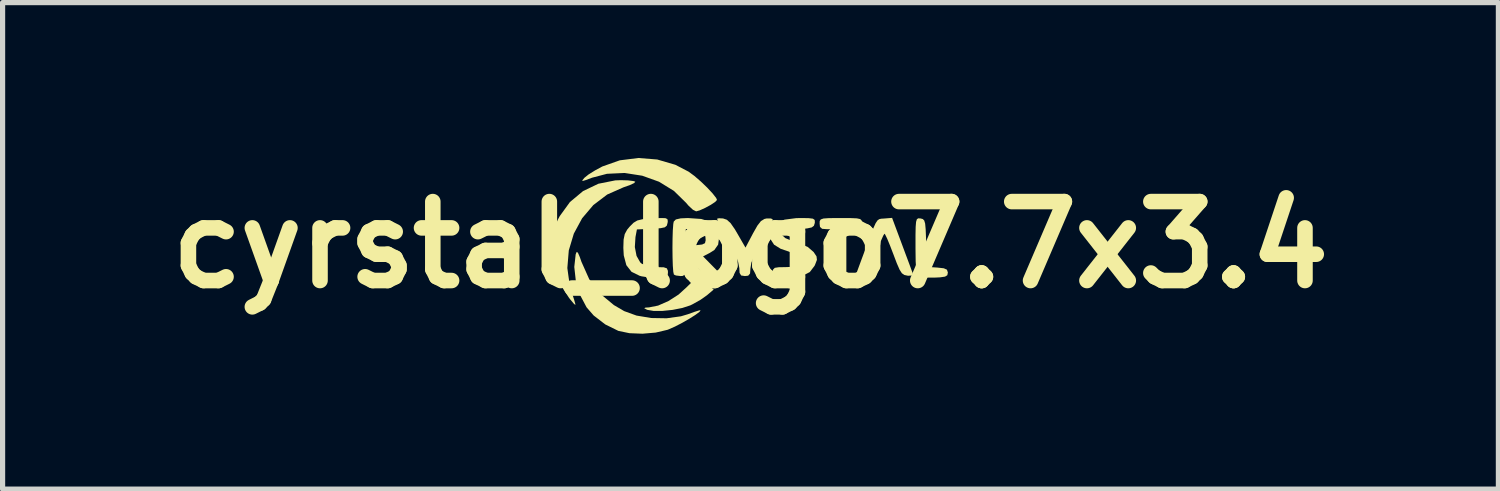
<source format=kicad_pcb>
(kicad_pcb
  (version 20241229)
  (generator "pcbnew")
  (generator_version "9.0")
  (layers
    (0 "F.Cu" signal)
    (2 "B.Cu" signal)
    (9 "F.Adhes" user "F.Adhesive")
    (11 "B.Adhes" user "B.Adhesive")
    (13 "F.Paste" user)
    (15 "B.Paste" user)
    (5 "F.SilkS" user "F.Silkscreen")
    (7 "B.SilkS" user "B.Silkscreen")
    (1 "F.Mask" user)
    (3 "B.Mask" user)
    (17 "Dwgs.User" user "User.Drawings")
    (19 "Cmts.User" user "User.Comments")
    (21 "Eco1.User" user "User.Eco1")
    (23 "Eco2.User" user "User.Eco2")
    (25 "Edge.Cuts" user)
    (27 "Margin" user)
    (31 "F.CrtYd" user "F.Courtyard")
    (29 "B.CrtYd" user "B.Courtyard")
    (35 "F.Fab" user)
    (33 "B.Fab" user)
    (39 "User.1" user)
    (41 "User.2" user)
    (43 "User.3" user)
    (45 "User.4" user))
  (footprint "cyrstal_logo7.7x3.4"
    (layer "F.Cu")
    (at 11.437 1.676)
    (property "Reference" "cyrstal_logo7.7x3.4" (at 0 0 0) (layer "F.SilkS") (effects (font (size 1.524 1.524) (thickness 0.3))))
    (attr board_only exclude_from_pos_files exclude_from_bom)
    (fp_poly (pts (xy -0.937 0.693) (xy -0.818 0.776) (xy -0.71 0.863) (xy -0.839 0.973) (xy -0.962 1.06) (xy -1.113 1.145) (xy -1.162 1.169) (xy -1.316 1.219) (xy -1.504 1.256) (xy -1.699 1.276) (xy -1.871 1.276) (xy -1.993 1.255) (xy -2.002 1.251) (xy -2.051 1.224) (xy -2.028 1.212) (xy -1.959 1.208) (xy -1.783 1.173) (xy -1.583 1.085) (xy -1.389 0.961) (xy -1.236 0.822) (xy -1.123 0.711) (xy -1.032 0.669)) (stroke (width 0) (type solid)) (fill yes) (layer "F.SilkS"))
    (fp_poly (pts (xy 1.933 -0.516) (xy 2.053 -0.511) (xy 2.118 -0.497) (xy 2.146 -0.471) (xy 2.152 -0.427) (xy 2.153 -0.409) (xy 2.141 -0.336) (xy 2.091 -0.306) (xy 2.002 -0.301) (xy 1.851 -0.301) (xy 1.851 0.603) (xy 1.636 0.603) (xy 1.636 -0.301) (xy 1.485 -0.301) (xy 1.383 -0.309) (xy 1.342 -0.346) (xy 1.335 -0.409) (xy 1.337 -0.459) (xy 1.357 -0.49) (xy 1.409 -0.508) (xy 1.509 -0.515) (xy 1.674 -0.517) (xy 1.744 -0.517)) (stroke (width 0) (type solid)) (fill yes) (layer "F.SilkS"))
    (fp_poly (pts (xy 3.79 -0.472) (xy 3.81 -0.387) (xy 3.786 -0.299) (xy 3.713 -0.266) (xy 3.622 -0.282) (xy 3.603 -0.304) (xy 3.713 -0.304) (xy 3.719 -0.301) (xy 3.758 -0.332) (xy 3.767 -0.344) (xy 3.778 -0.385) (xy 3.772 -0.387) (xy 3.733 -0.357) (xy 3.724 -0.344) (xy 3.713 -0.304) (xy 3.603 -0.304) (xy 3.59 -0.32) (xy 3.584 -0.387) (xy 3.616 -0.387) (xy 3.632 -0.352) (xy 3.645 -0.359) (xy 3.65 -0.41) (xy 3.645 -0.416) (xy 3.619 -0.41) (xy 3.616 -0.387) (xy 3.584 -0.387) (xy 3.58 -0.426) (xy 3.632 -0.496) (xy 3.713 -0.509)) (stroke (width 0) (type solid)) (fill yes) (layer "F.SilkS"))
    (fp_poly (pts (xy 3.274 -0.51) (xy 3.283 -0.509) (xy 3.326 -0.498) (xy 3.354 -0.47) (xy 3.372 -0.41) (xy 3.382 -0.301) (xy 3.389 -0.128) (xy 3.392 -0.035) (xy 3.404 0.426) (xy 3.607 0.439) (xy 3.732 0.453) (xy 3.793 0.48) (xy 3.81 0.532) (xy 3.81 0.538) (xy 3.8 0.587) (xy 3.756 0.614) (xy 3.66 0.628) (xy 3.552 0.633) (xy 3.404 0.633) (xy 3.288 0.627) (xy 3.24 0.618) (xy 3.215 0.58) (xy 3.199 0.484) (xy 3.189 0.321) (xy 3.186 0.082) (xy 3.186 0.036) (xy 3.186 -0.191) (xy 3.189 -0.347) (xy 3.197 -0.443) (xy 3.212 -0.493) (xy 3.237 -0.511)) (stroke (width 0) (type solid)) (fill yes) (layer "F.SilkS"))
    (fp_poly (pts (xy -1.8 -1.647) (xy -1.45 -1.545) (xy -1.194 -1.412) (xy -1.084 -1.331) (xy -0.958 -1.222) (xy -0.834 -1.103) (xy -0.73 -0.991) (xy -0.662 -0.904) (xy -0.646 -0.866) (xy -0.681 -0.828) (xy -0.767 -0.771) (xy -0.876 -0.712) (xy -0.98 -0.665) (xy -1.049 -0.646) (xy -1.111 -0.677) (xy -1.197 -0.757) (xy -1.243 -0.811) (xy -1.478 -1.041) (xy -1.766 -1.218) (xy -2.089 -1.334) (xy -2.43 -1.387) (xy -2.77 -1.371) (xy -3.056 -1.296) (xy -3.182 -1.249) (xy -3.241 -1.232) (xy -3.245 -1.246) (xy -3.208 -1.291) (xy -3.204 -1.295) (xy -3.127 -1.357) (xy -2.999 -1.437) (xy -2.86 -1.512) (xy -2.523 -1.631) (xy -2.164 -1.676)) (stroke (width 0) (type solid)) (fill yes) (layer "F.SilkS"))
    (fp_poly (pts (xy -2.363 -1.244) (xy -2.26 -1.231) (xy -2.223 -1.219) (xy -2.245 -1.192) (xy -2.331 -1.152) (xy -2.451 -1.11) (xy -2.765 -0.971) (xy -3.033 -0.768) (xy -3.25 -0.512) (xy -3.41 -0.216) (xy -3.507 0.108) (xy -3.535 0.448) (xy -3.488 0.792) (xy -3.447 0.927) (xy -3.406 1.053) (xy -3.382 1.138) (xy -3.381 1.162) (xy -3.414 1.132) (xy -3.479 1.054) (xy -3.505 1.02) (xy -3.66 0.783) (xy -3.755 0.544) (xy -3.802 0.273) (xy -3.81 0.065) (xy -3.807 -0.131) (xy -3.794 -0.269) (xy -3.766 -0.38) (xy -3.716 -0.491) (xy -3.682 -0.554) (xy -3.484 -0.827) (xy -3.232 -1.037) (xy -2.936 -1.179) (xy -2.609 -1.244) (xy -2.503 -1.248)) (stroke (width 0) (type solid)) (fill yes) (layer "F.SilkS"))
    (fp_poly (pts (xy -0.529 -0.509) (xy -0.456 -0.484) (xy -0.384 -0.419) (xy -0.3 -0.298) (xy -0.255 -0.221) (xy -0.096 0.054) (xy 0.049 -0.221) (xy 0.134 -0.371) (xy 0.202 -0.458) (xy 0.269 -0.499) (xy 0.312 -0.509) (xy 0.398 -0.508) (xy 0.431 -0.489) (xy 0.41 -0.44) (xy 0.356 -0.334) (xy 0.277 -0.189) (xy 0.215 -0.078) (xy 0.088 0.164) (xy 0.017 0.346) (xy 0 0.452) (xy -0.008 0.554) (xy -0.044 0.596) (xy -0.108 0.603) (xy -0.18 0.592) (xy -0.21 0.542) (xy -0.215 0.449) (xy -0.242 0.311) (xy -0.323 0.113) (xy -0.431 -0.094) (xy -0.52 -0.258) (xy -0.591 -0.392) (xy -0.635 -0.479) (xy -0.646 -0.503) (xy -0.609 -0.513)) (stroke (width 0) (type solid)) (fill yes) (layer "F.SilkS"))
    (fp_poly (pts (xy -3.331 0.152) (xy -3.295 0.235) (xy -3.263 0.327) (xy -3.113 0.663) (xy -2.908 0.938) (xy -2.637 1.163) (xy -2.437 1.28) (xy -2.199 1.366) (xy -1.915 1.413) (xy -1.619 1.418) (xy -1.343 1.38) (xy -1.208 1.34) (xy -1.081 1.294) (xy -0.991 1.266) (xy -0.963 1.262) (xy -0.983 1.293) (xy -1.062 1.352) (xy -1.18 1.427) (xy -1.318 1.506) (xy -1.457 1.578) (xy -1.577 1.631) (xy -1.603 1.641) (xy -1.829 1.694) (xy -2.085 1.716) (xy -2.335 1.706) (xy -2.543 1.663) (xy -2.553 1.66) (xy -2.804 1.536) (xy -3.027 1.364) (xy -3.164 1.206) (xy -3.29 0.968) (xy -3.371 0.699) (xy -3.401 0.427) (xy -3.374 0.183) (xy -3.373 0.18) (xy -3.355 0.137)) (stroke (width 0) (type solid)) (fill yes) (layer "F.SilkS"))
    (fp_poly (pts (xy 2.923 -0.013) (xy 2.997 0.186) (xy 3.061 0.357) (xy 3.108 0.485) (xy 3.133 0.551) (xy 3.133 0.552) (xy 3.124 0.592) (xy 3.044 0.597) (xy 3.03 0.595) (xy 2.971 0.582) (xy 2.923 0.549) (xy 2.879 0.48) (xy 2.826 0.359) (xy 2.759 0.183) (xy 2.694 0.014) (xy 2.639 -0.119) (xy 2.6 -0.199) (xy 2.587 -0.215) (xy 2.563 -0.177) (xy 2.518 -0.075) (xy 2.461 0.074) (xy 2.417 0.194) (xy 2.35 0.38) (xy 2.301 0.498) (xy 2.26 0.565) (xy 2.217 0.595) (xy 2.162 0.603) (xy 2.149 0.603) (xy 2.026 0.603) (xy 2.149 0.269) (xy 2.248 0.003) (xy 2.321 -0.193) (xy 2.376 -0.33) (xy 2.417 -0.419) (xy 2.452 -0.471) (xy 2.485 -0.495) (xy 2.523 -0.504) (xy 2.572 -0.507) (xy 2.584 -0.508) (xy 2.734 -0.52)) (stroke (width 0) (type solid)) (fill yes) (layer "F.SilkS"))
    (fp_poly (pts (xy -1.644 -0.515) (xy -1.604 -0.497) (xy -1.596 -0.459) (xy -1.6 -0.425) (xy -1.615 -0.37) (xy -1.653 -0.338) (xy -1.735 -0.321) (xy -1.881 -0.311) (xy -1.903 -0.31) (xy -2.192 -0.297) (xy -2.22 -0.149) (xy -2.232 0.043) (xy -2.199 0.214) (xy -2.128 0.339) (xy -2.098 0.365) (xy -1.996 0.406) (xy -1.852 0.429) (xy -1.799 0.431) (xy -1.674 0.434) (xy -1.614 0.454) (xy -1.594 0.501) (xy -1.593 0.538) (xy -1.6 0.603) (xy -1.637 0.634) (xy -1.725 0.643) (xy -1.797 0.642) (xy -1.955 0.631) (xy -2.102 0.608) (xy -2.139 0.598) (xy -2.296 0.521) (xy -2.396 0.393) (xy -2.446 0.204) (xy -2.454 0.059) (xy -2.449 -0.101) (xy -2.427 -0.207) (xy -2.38 -0.293) (xy -2.33 -0.353) (xy -2.257 -0.426) (xy -2.184 -0.47) (xy -2.084 -0.494) (xy -1.929 -0.507) (xy -1.896 -0.509) (xy -1.736 -0.517)) (stroke (width 0) (type solid)) (fill yes) (layer "F.SilkS"))
    (fp_poly (pts (xy -0.951 -0.499) (xy -0.768 -0.444) (xy -0.655 -0.35) (xy -0.606 -0.212) (xy -0.603 -0.157) (xy -0.624 -0.004) (xy -0.697 0.1) (xy -0.785 0.156) (xy -0.915 0.223) (xy -0.728 0.413) (xy -0.542 0.603) (xy -0.719 0.603) (xy -0.821 0.596) (xy -0.898 0.567) (xy -0.976 0.498) (xy -1.073 0.382) (xy -1.248 0.161) (xy -1.248 0.382) (xy -1.252 0.512) (xy -1.269 0.578) (xy -1.31 0.601) (xy -1.349 0.603) (xy -1.439 0.592) (xy -1.478 0.574) (xy -1.49 0.521) (xy -1.499 0.403) (xy -1.504 0.242) (xy -1.506 0.059) (xy -1.504 -0.123) (xy -1.499 -0.284) (xy -1.497 -0.306) (xy -1.248 -0.306) (xy -1.248 0.022) (xy -1.052 0.007) (xy -0.933 -0.006) (xy -0.878 -0.032) (xy -0.865 -0.088) (xy -0.869 -0.144) (xy -0.885 -0.23) (xy -0.927 -0.272) (xy -1.022 -0.29) (xy -1.066 -0.293) (xy -1.248 -0.306) (xy -1.497 -0.306) (xy -1.49 -0.402) (xy -1.481 -0.449) (xy -1.44 -0.49) (xy -1.346 -0.511) (xy -1.207 -0.517)) (stroke (width 0) (type solid)) (fill yes) (layer "F.SilkS"))
    (fp_poly (pts (xy 1.121 -0.515) (xy 1.205 -0.505) (xy 1.24 -0.48) (xy 1.243 -0.434) (xy 1.241 -0.42) (xy 1.225 -0.368) (xy 1.183 -0.336) (xy 1.096 -0.317) (xy 0.943 -0.302) (xy 0.929 -0.301) (xy 0.738 -0.277) (xy 0.631 -0.238) (xy 0.61 -0.188) (xy 0.672 -0.13) (xy 0.82 -0.068) (xy 0.921 -0.037) (xy 1.106 0.041) (xy 1.22 0.14) (xy 1.275 0.223) (xy 1.283 0.29) (xy 1.248 0.382) (xy 1.237 0.406) (xy 1.145 0.526) (xy 0.997 0.602) (xy 0.784 0.64) (xy 0.635 0.646) (xy 0.511 0.642) (xy 0.451 0.622) (xy 0.432 0.575) (xy 0.431 0.538) (xy 0.437 0.476) (xy 0.47 0.444) (xy 0.551 0.432) (xy 0.664 0.431) (xy 0.85 0.424) (xy 0.965 0.4) (xy 1.021 0.354) (xy 1.033 0.298) (xy 1.011 0.244) (xy 0.933 0.196) (xy 0.786 0.147) (xy 0.582 0.076) (xy 0.455 -0.003) (xy 0.395 -0.096) (xy 0.387 -0.154) (xy 0.415 -0.309) (xy 0.503 -0.419) (xy 0.657 -0.486) (xy 0.882 -0.515) (xy 0.97 -0.517)) (stroke (width 0) (type solid)) (fill yes) (layer "F.SilkS")))
  (gr_rect
    (start -3 -3)
    (end 25.875 6.392)
    (stroke (width 0.1) (type default))
    (fill no)
    (layer "Edge.Cuts")))
</source>
